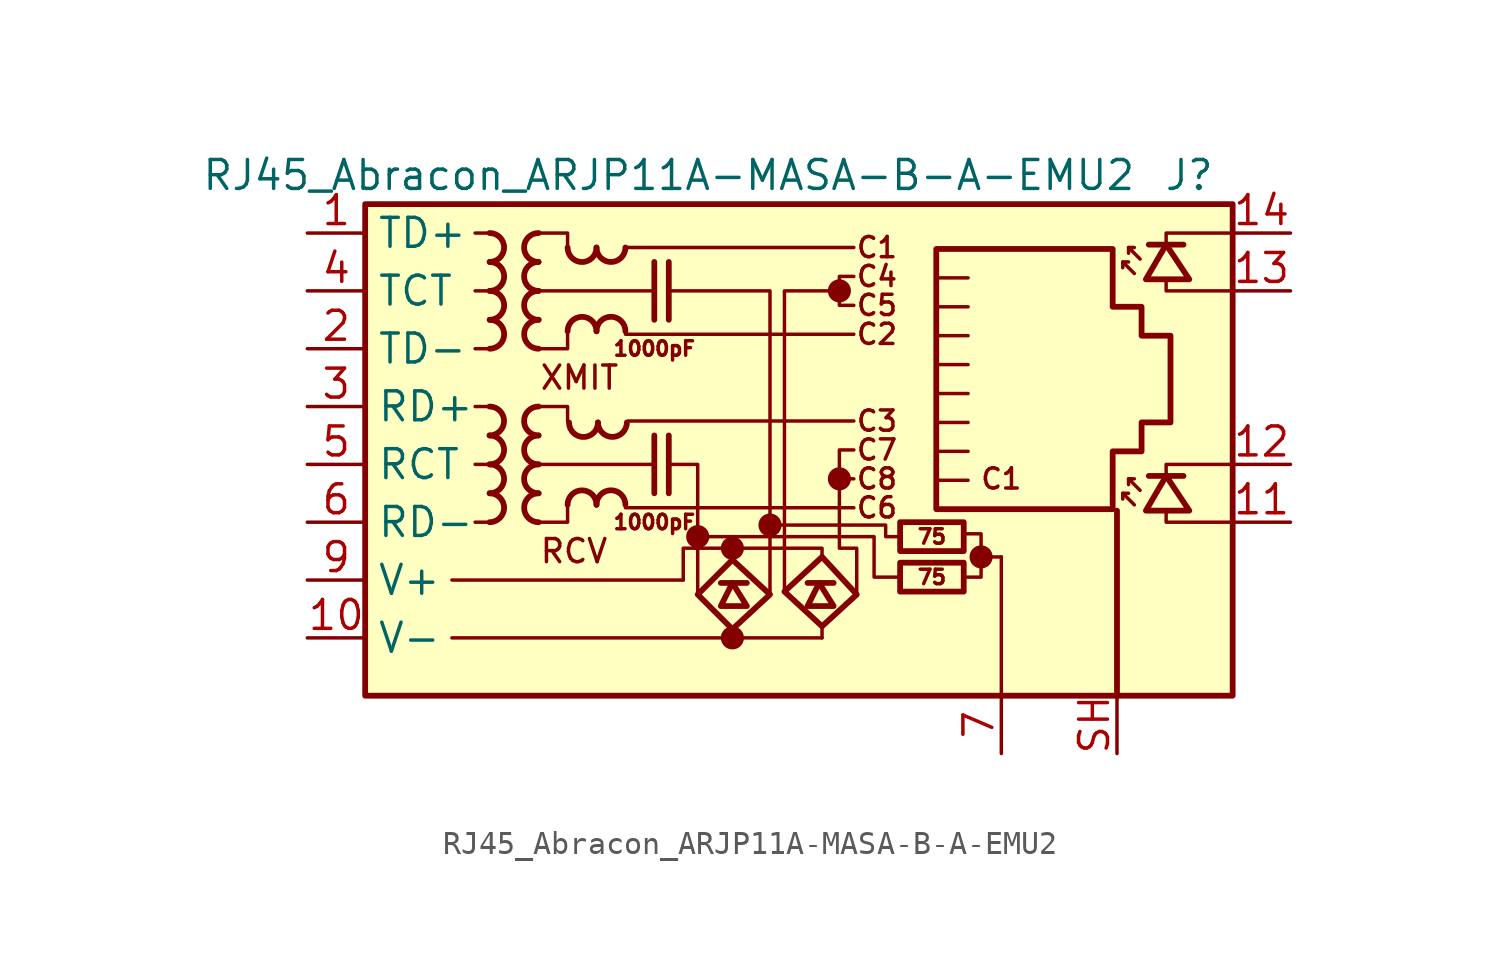
<source format=kicad_sym>
(kicad_symbol_lib
  (version 20220914)
  (generator kicad_symbol_editor)
  (symbol "RJ45_Abracon_ARJP11A-MASA-B-A-EMU2"
    (property "Reference" "J"
      (at 18.415 12.7 0)
      (effects (font (size 1.27 1.27))))
    (property "Value" "RJ45_Abracon_ARJP11A-MASA-B-A-EMU2"
      (at -4.445 12.7 0)
      (effects (font (size 1.27 1.27))))
    (symbol "RJ45_Abracon_ARJP11A-MASA-B-A-EMU2_0_0"
      (circle (center -3.175 -3.175) (radius 0.0001) (stroke (width 0.508) (type default)) (fill (type none)))
      (circle (center -1.651 -7.62) (radius 0.0001) (stroke (width 0.508) (type default)) (fill (type none)))
      (circle (center -1.651 -3.683) (radius 0.0001) (stroke (width 0.508) (type default)) (fill (type none)))
      (circle (center 0 -2.667) (radius 0.0001) (stroke (width 0.508) (type default)) (fill (type none)))
      (polyline (pts (xy -5.08 1.27) (xy -5.08 -1.27)) (stroke (width 0.254) (type default)) (fill (type none)))
      (polyline (pts (xy -5.08 8.89) (xy -5.08 6.35)) (stroke (width 0.254) (type default)) (fill (type none)))
      (polyline (pts (xy -4.445 1.27) (xy -4.445 -1.27)) (stroke (width 0.254) (type default)) (fill (type none)))
      (polyline (pts (xy -4.445 8.89) (xy -4.445 6.35)) (stroke (width 0.254) (type default)) (fill (type none)))
      (polyline (pts (xy 9.271 -4.064) (xy 10.16 -4.064)) (stroke (width 0) (type default)) (fill (type none)))
      (polyline (pts (xy 17.399 -0.635) (xy 17.399 0) (xy 20.32 0)) (stroke (width 0) (type default)) (fill (type none)))
      (polyline (pts (xy 17.399 9.525) (xy 17.399 10.16) (xy 20.32 10.16)) (stroke (width 0) (type default)) (fill (type none)))
      (polyline (pts (xy 20.32 -2.54) (xy 17.399 -2.54) (xy 17.399 -2.032)) (stroke (width 0) (type default)) (fill (type none)))
      (polyline (pts (xy 20.32 7.62) (xy 17.399 7.62) (xy 17.399 8.128)) (stroke (width 0) (type default)) (fill (type none)))
      (polyline (pts (xy 3.683 0.635) (xy 3.048 0.635) (xy 3.048 -0.635) (xy 3.683 -0.635)) (stroke (width 0) (type default)) (fill (type none)))
      (polyline (pts (xy 3.683 8.255) (xy 3.048 8.255) (xy 3.048 6.985) (xy 3.683 6.985)) (stroke (width 0) (type default)) (fill (type none)))
      (polyline (pts (xy 8.636 -4.953) (xy 9.271 -4.953) (xy 9.271 -3.048) (xy 8.636 -3.048)) (stroke (width 0) (type default)) (fill (type none)))
      (circle (center 3.048 -0.635) (radius 0.0001) (stroke (width 0.508) (type default)) (fill (type none)))
      (circle (center 3.048 7.62) (radius 0.0001) (stroke (width 0.508) (type default)) (fill (type none)))
      (circle (center 9.271 -4.064) (radius 0.0001) (stroke (width 0.508) (type default)) (fill (type none)))
      (text "C1" (at 4.699 9.525 0) (effects (font (size 0.889 0.889))))
      (text "C1" (at 10.16 -0.635 0) (effects (font (size 0.889 0.889))))
      (text "C2" (at 4.699 5.715 0) (effects (font (size 0.889 0.889))))
      (text "C3" (at 4.699 1.905 0) (effects (font (size 0.889 0.889))))
      (text "C4" (at 4.699 8.255 0) (effects (font (size 0.889 0.889))))
      (text "C5" (at 4.699 6.985 0) (effects (font (size 0.889 0.889))))
      (text "C6" (at 4.699 -1.905 0) (effects (font (size 0.889 0.889))))
      (text "C7" (at 4.699 0.635 0) (effects (font (size 0.889 0.889))))
      (text "C8" (at 4.699 -0.635 0) (effects (font (size 0.889 0.889))))
      (text "RCV" (at -10.16 -3.81 0) (effects (font (size 1.016 1.016)) (justify left)))
      (text "XMIT" (at -10.16 3.81 0) (effects (font (size 1.016 1.016)) (justify left))))
    (symbol "RJ45_Abracon_ARJP11A-MASA-B-A-EMU2_0_1"
      (rectangle (start -17.78 11.43) (end 20.32 -10.16) (stroke (width 0.254) (type default)) (fill (type background)))
      (polyline (pts (xy -12.316 -2.54) (xy -12.951 -2.54)) (stroke (width 0) (type default)) (fill (type none)))
      (polyline (pts (xy -12.316 0) (xy -12.951 0)) (stroke (width 0) (type default)) (fill (type none)))
      (polyline (pts (xy -12.316 2.54) (xy -12.951 2.54)) (stroke (width 0) (type default)) (fill (type none)))
      (polyline (pts (xy -12.316 5.08) (xy -12.951 5.08)) (stroke (width 0) (type default)) (fill (type none)))
      (polyline (pts (xy -12.316 7.62) (xy -12.951 7.62)) (stroke (width 0) (type default)) (fill (type none)))
      (polyline (pts (xy -12.316 10.16) (xy -12.951 10.16)) (stroke (width 0) (type default)) (fill (type none)))
      (polyline (pts (xy -6.35 -1.905) (xy 3.683 -1.905)) (stroke (width 0) (type default)) (fill (type none)))
      (polyline (pts (xy -6.35 5.715) (xy 3.683 5.715)) (stroke (width 0) (type default)) (fill (type none)))
      (polyline (pts (xy -6.35 9.525) (xy 3.683 9.525)) (stroke (width 0) (type default)) (fill (type none)))
      (polyline (pts (xy -6.223 1.905) (xy 3.683 1.905)) (stroke (width 0) (type default)) (fill (type none)))
      (polyline (pts (xy -5.08 0) (xy -10.16 0)) (stroke (width 0) (type default)) (fill (type none)))
      (polyline (pts (xy -5.08 7.62) (xy -10.16 7.62)) (stroke (width 0) (type default)) (fill (type none)))
      (polyline (pts (xy 7.429 0.572) (xy 8.7 0.572)) (stroke (width 0) (type default)) (fill (type none)))
      (polyline (pts (xy 7.429 1.841) (xy 8.7 1.841)) (stroke (width 0) (type default)) (fill (type none)))
      (polyline (pts (xy 7.429 3.111) (xy 8.7 3.111)) (stroke (width 0) (type default)) (fill (type none)))
      (polyline (pts (xy 7.429 4.381) (xy 8.7 4.381)) (stroke (width 0) (type default)) (fill (type none)))
      (polyline (pts (xy 7.429 5.652) (xy 8.7 5.652)) (stroke (width 0) (type default)) (fill (type none)))
      (polyline (pts (xy 8.7 -0.699) (xy 7.429 -0.699)) (stroke (width 0) (type default)) (fill (type none)))
      (polyline (pts (xy 8.7 6.921) (xy 7.429 6.921)) (stroke (width 0) (type default)) (fill (type none)))
      (polyline (pts (xy 8.7 8.191) (xy 7.429 8.191)) (stroke (width 0) (type default)) (fill (type none)))
      (polyline (pts (xy -10.16 2.54) (xy -8.89 2.54) (xy -8.89 1.905)) (stroke (width 0) (type default)) (fill (type none)))
      (polyline (pts (xy -10.16 10.16) (xy -8.89 10.16) (xy -8.89 9.525)) (stroke (width 0) (type default)) (fill (type none)))
      (polyline (pts (xy -8.89 -1.905) (xy -8.89 -2.54) (xy -10.16 -2.54)) (stroke (width 0) (type default)) (fill (type none)))
      (polyline (pts (xy -8.89 5.715) (xy -8.89 5.08) (xy -10.16 5.08)) (stroke (width 0) (type default)) (fill (type none)))
      (polyline (pts (xy -4.445 0) (xy -3.175 0) (xy -3.175 -5.715)) (stroke (width 0) (type default)) (fill (type none)))
      (polyline (pts (xy -4.445 7.62) (xy 0 7.62) (xy 0 -5.715)) (stroke (width 0) (type default)) (fill (type none))))
    (symbol "RJ45_Abracon_ARJP11A-MASA-B-A-EMU2_1_0"
      (text "1000pF" (at -5.08 -2.54 0) (effects (font (size 0.635 0.635))))
      (text "1000pF" (at -5.08 5.08 0) (effects (font (size 0.635 0.635)))))
    (symbol "RJ45_Abracon_ARJP11A-MASA-B-A-EMU2_1_1"
      (arc (start -12.3163 1.27) (mid -11.684 1.905) (end -12.3163 2.54) (stroke (width 0.254) (type default)) (fill (type none)))
      (arc (start -12.3136 -2.54) (mid -11.6813 -1.905) (end -12.3136 -1.27) (stroke (width 0.254) (type default)) (fill (type none)))
      (arc (start -12.3136 -1.27) (mid -11.6813 -0.635) (end -12.3136 0) (stroke (width 0.254) (type default)) (fill (type none)))
      (arc (start -12.3136 0) (mid -11.6813 0.635) (end -12.3136 1.27) (stroke (width 0.254) (type default)) (fill (type none)))
      (arc (start -12.3136 8.89) (mid -11.6813 9.525) (end -12.3136 10.16) (stroke (width 0.254) (type default)) (fill (type none)))
      (arc (start -12.3109 5.08) (mid -11.6786 5.715) (end -12.3109 6.35) (stroke (width 0.254) (type default)) (fill (type none)))
      (arc (start -12.3109 6.35) (mid -11.6786 6.985) (end -12.3109 7.62) (stroke (width 0.254) (type default)) (fill (type none)))
      (arc (start -12.3109 7.62) (mid -11.6786 8.255) (end -12.3109 8.89) (stroke (width 0.254) (type default)) (fill (type none)))
      (arc (start -10.1654 0) (mid -10.7977 -0.635) (end -10.1654 -1.27) (stroke (width 0.254) (type default)) (fill (type none)))
      (arc (start -10.1654 1.27) (mid -10.7977 0.635) (end -10.1654 0) (stroke (width 0.254) (type default)) (fill (type none)))
      (arc (start -10.1654 2.54) (mid -10.7977 1.905) (end -10.1654 1.27) (stroke (width 0.254) (type default)) (fill (type none)))
      (arc (start -10.1654 7.62) (mid -10.7977 6.985) (end -10.1654 6.35) (stroke (width 0.254) (type default)) (fill (type none)))
      (arc (start -10.1654 8.89) (mid -10.7977 8.255) (end -10.1654 7.62) (stroke (width 0.254) (type default)) (fill (type none)))
      (arc (start -10.1654 10.16) (mid -10.7977 9.525) (end -10.1654 8.89) (stroke (width 0.254) (type default)) (fill (type none)))
      (arc (start -10.1627 -1.27) (mid -10.795 -1.905) (end -10.1627 -2.54) (stroke (width 0.254) (type default)) (fill (type none)))
      (arc (start -10.1627 6.35) (mid -10.795 5.715) (end -10.1627 5.08) (stroke (width 0.254) (type default)) (fill (type none)))
      (arc (start -8.89 9.5223) (mid -8.255 8.89) (end -7.62 9.5223) (stroke (width 0.254) (type default)) (fill (type none)))
      (arc (start -8.8265 1.8388) (mid -8.1915 1.2065) (end -7.5565 1.8388) (stroke (width 0.254) (type default)) (fill (type none)))
      (arc (start -7.62 -1.7753) (mid -8.255 -1.143) (end -8.89 -1.7753) (stroke (width 0.254) (type default)) (fill (type none)))
      (arc (start -7.62 5.8447) (mid -8.255 6.477) (end -8.89 5.8447) (stroke (width 0.254) (type default)) (fill (type none)))
      (arc (start -7.62 9.525) (mid -6.985 8.8927) (end -6.35 9.525) (stroke (width 0.254) (type default)) (fill (type none)))
      (arc (start -7.5565 1.8415) (mid -6.9215 1.2092) (end -6.2865 1.8415) (stroke (width 0.254) (type default)) (fill (type none)))
      (arc (start -6.35 -1.7726) (mid -6.985 -1.1403) (end -7.62 -1.7726) (stroke (width 0.254) (type default)) (fill (type none)))
      (arc (start -6.35 5.8474) (mid -6.985 6.4797) (end -7.62 5.8474) (stroke (width 0.254) (type default)) (fill (type none)))
      (polyline (pts (xy -13.97 -7.62) (xy 2.286 -7.62)) (stroke (width 0) (type default)) (fill (type none)))
      (polyline (pts (xy -13.97 -5.08) (xy -3.81 -5.08)) (stroke (width 0) (type default)) (fill (type none)))
      (polyline (pts (xy -2.159 -5.207) (xy -1.016 -5.207)) (stroke (width 0.254) (type default)) (fill (type none)))
      (polyline (pts (xy -1.651 -7.239) (xy -1.651 -7.493)) (stroke (width 0) (type default)) (fill (type none)))
      (polyline (pts (xy 1.651 -5.207) (xy 2.794 -5.207)) (stroke (width 0.254) (type default)) (fill (type none)))
      (polyline (pts (xy 2.286 -7.112) (xy 2.286 -7.62)) (stroke (width 0) (type default)) (fill (type none)))
      (polyline (pts (xy 10.16 -4.064) (xy 10.16 -10.16)) (stroke (width 0) (type default)) (fill (type none)))
      (polyline (pts (xy 15.24 -10.16) (xy 15.24 -2.032)) (stroke (width 0.254) (type default)) (fill (type none)))
      (polyline (pts (xy 15.494 -1.27) (xy 15.494 -1.524)) (stroke (width 0) (type default)) (fill (type none)))
      (polyline (pts (xy 15.494 8.89) (xy 15.494 8.636)) (stroke (width 0) (type default)) (fill (type none)))
      (polyline (pts (xy 15.748 -0.635) (xy 15.748 -0.889)) (stroke (width 0) (type default)) (fill (type none)))
      (polyline (pts (xy 15.748 9.525) (xy 15.748 9.271)) (stroke (width 0) (type default)) (fill (type none)))
      (polyline (pts (xy 16.637 -0.508) (xy 18.161 -0.508)) (stroke (width 0.254) (type default)) (fill (type none)))
      (polyline (pts (xy 16.637 9.652) (xy 18.161 9.652)) (stroke (width 0.254) (type default)) (fill (type none)))
      (polyline (pts (xy -3.81 -5.08) (xy -3.81 -3.683) (xy -1.651 -3.683)) (stroke (width 0) (type default)) (fill (type none)))
      (polyline (pts (xy -1.905 -3.683) (xy -1.651 -3.683) (xy -1.651 -4.191)) (stroke (width 0) (type default)) (fill (type none)))
      (polyline (pts (xy -1.651 -3.683) (xy 2.286 -3.683) (xy 2.286 -4.064)) (stroke (width 0) (type default)) (fill (type none)))
      (polyline (pts (xy 3.048 7.62) (xy 0.635 7.62) (xy 0.635 -5.588)) (stroke (width 0) (type default)) (fill (type none)))
      (polyline (pts (xy 16.002 -1.778) (xy 15.494 -1.27) (xy 15.748 -1.27)) (stroke (width 0) (type default)) (fill (type none)))
      (polyline (pts (xy 16.002 8.382) (xy 15.494 8.89) (xy 15.748 8.89)) (stroke (width 0) (type default)) (fill (type none)))
      (polyline (pts (xy 16.256 -1.143) (xy 15.748 -0.635) (xy 16.002 -0.635)) (stroke (width 0) (type default)) (fill (type none)))
      (polyline (pts (xy 16.256 9.017) (xy 15.748 9.525) (xy 16.002 9.525)) (stroke (width 0) (type default)) (fill (type none)))
      (polyline (pts (xy -2.159 -6.223) (xy -1.016 -6.223) (xy -1.651 -5.207) (xy -2.159 -6.223)) (stroke (width 0.254) (type default)) (fill (type none)))
      (polyline (pts (xy 1.651 -6.223) (xy 2.794 -6.223) (xy 2.159 -5.207) (xy 1.651 -6.223)) (stroke (width 0.254) (type default)) (fill (type none)))
      (polyline (pts (xy 3.048 -0.508) (xy 3.048 -3.683) (xy 3.81 -3.683) (xy 3.81 -5.715)) (stroke (width 0) (type default)) (fill (type none)))
      (polyline (pts (xy 5.715 -4.953) (xy 4.572 -4.953) (xy 4.572 -3.175) (xy -3.175 -3.175)) (stroke (width 0) (type default)) (fill (type none)))
      (polyline (pts (xy 5.715 -3.175) (xy 5.08 -3.175) (xy 5.08 -2.667) (xy 0 -2.667)) (stroke (width 0) (type default)) (fill (type none)))
      (polyline (pts (xy 16.51 -2.032) (xy 18.415 -2.032) (xy 17.399 -0.508) (xy 16.51 -2.032)) (stroke (width 0.254) (type default)) (fill (type none)))
      (polyline (pts (xy 16.51 8.128) (xy 18.415 8.128) (xy 17.399 9.652) (xy 16.51 8.128)) (stroke (width 0.254) (type default)) (fill (type none)))
      (polyline (pts (xy -1.651 -4.191) (xy -3.175 -5.715) (xy -1.651 -7.239) (xy 0 -5.715) (xy -1.651 -4.191)) (stroke (width 0.254) (type default)) (fill (type none)))
      (polyline (pts (xy 2.286 -4.064) (xy 0.635 -5.588) (xy 2.286 -7.112) (xy 3.81 -5.715) (xy 2.286 -4.064)) (stroke (width 0.254) (type default)) (fill (type none)))
      (polyline (pts (xy 7.303 -1.968) (xy 7.303 9.461) (xy 15.05 9.461) (xy 15.05 6.921) (xy 16.32 6.921) (xy 16.32 5.652) (xy 17.59 5.652) (xy 17.59 1.841) (xy 16.32 1.841) (xy 16.32 0.572) (xy 15.05 0.572) (xy 15.05 -1.968) (xy 7.303 -1.968)) (stroke (width 0.254) (type default)) (fill (type none)))
      (rectangle (start 8.509 -5.588) (end 5.715 -4.318) (stroke (width 0.254) (type default)) (fill (type none)))
      (rectangle (start 8.509 -3.81) (end 5.715 -2.54) (stroke (width 0.254) (type default)) (fill (type none)))
      (text "75" (at 7.112 -4.953 0) (effects (font (size 0.635 0.635))))
      (text "75" (at 7.112 -3.175 0) (effects (font (size 0.635 0.635))))
      (pin passive line (at -20.32 10.16 0) (length 2.54) (name "TD+" (effects (font (size 1.27 1.27)))) (number "1" (effects (font (size 1.27 1.27)))))
      (pin power_out line (at -20.32 -7.62 0) (length 2.54) (name "V-" (effects (font (size 1.27 1.27)))) (number "10" (effects (font (size 1.27 1.27)))))
      (pin passive line (at 22.86 -2.54 180) (length 2.54) (name "" (effects (font (size 1.27 1.27)))) (number "11" (effects (font (size 1.27 1.27)))))
      (pin passive line (at 22.86 0 180) (length 2.54) (name "" (effects (font (size 1.27 1.27)))) (number "12" (effects (font (size 1.27 1.27)))))
      (pin passive line (at 22.86 7.62 180) (length 2.54) (name "" (effects (font (size 1.27 1.27)))) (number "13" (effects (font (size 1.27 1.27)))))
      (pin passive line (at 22.86 10.16 180) (length 2.54) (name "" (effects (font (size 1.27 1.27)))) (number "14" (effects (font (size 1.27 1.27)))))
      (pin passive line (at -20.32 5.08 0) (length 2.54) (name "TD-" (effects (font (size 1.27 1.27)))) (number "2" (effects (font (size 1.27 1.27)))))
      (pin passive line (at -20.32 2.54 0) (length 2.54) (name "RD+" (effects (font (size 1.27 1.27)))) (number "3" (effects (font (size 1.27 1.27)))))
      (pin passive line (at -20.32 7.62 0) (length 2.54) (name "TCT" (effects (font (size 1.27 1.27)))) (number "4" (effects (font (size 1.27 1.27)))))
      (pin passive line (at -20.32 0 0) (length 2.54) (name "RCT" (effects (font (size 1.27 1.27)))) (number "5" (effects (font (size 1.27 1.27)))))
      (pin passive line (at -20.32 -2.54 0) (length 2.54) (name "RD-" (effects (font (size 1.27 1.27)))) (number "6" (effects (font (size 1.27 1.27)))))
      (pin power_in line (at 10.16 -12.7 90) (length 2.54) (name "" (effects (font (size 1.27 1.27)))) (number "7" (effects (font (size 1.27 1.27)))))
      (pin no_connect line (at 20.32 2.54 0) (length 0) hide (name "NC" (effects (font (size 1.27 1.27)))) (number "8" (effects (font (size 1.27 1.27)))))
      (pin power_out line (at -20.32 -5.08 0) (length 2.54) (name "V+" (effects (font (size 1.27 1.27)))) (number "9" (effects (font (size 1.27 1.27)))))
      (pin passive line (at 15.24 -12.7 90) (length 2.54) (name "" (effects (font (size 1.27 1.27)))) (number "SH" (effects (font (size 1.27 1.27))))))))
</source>
